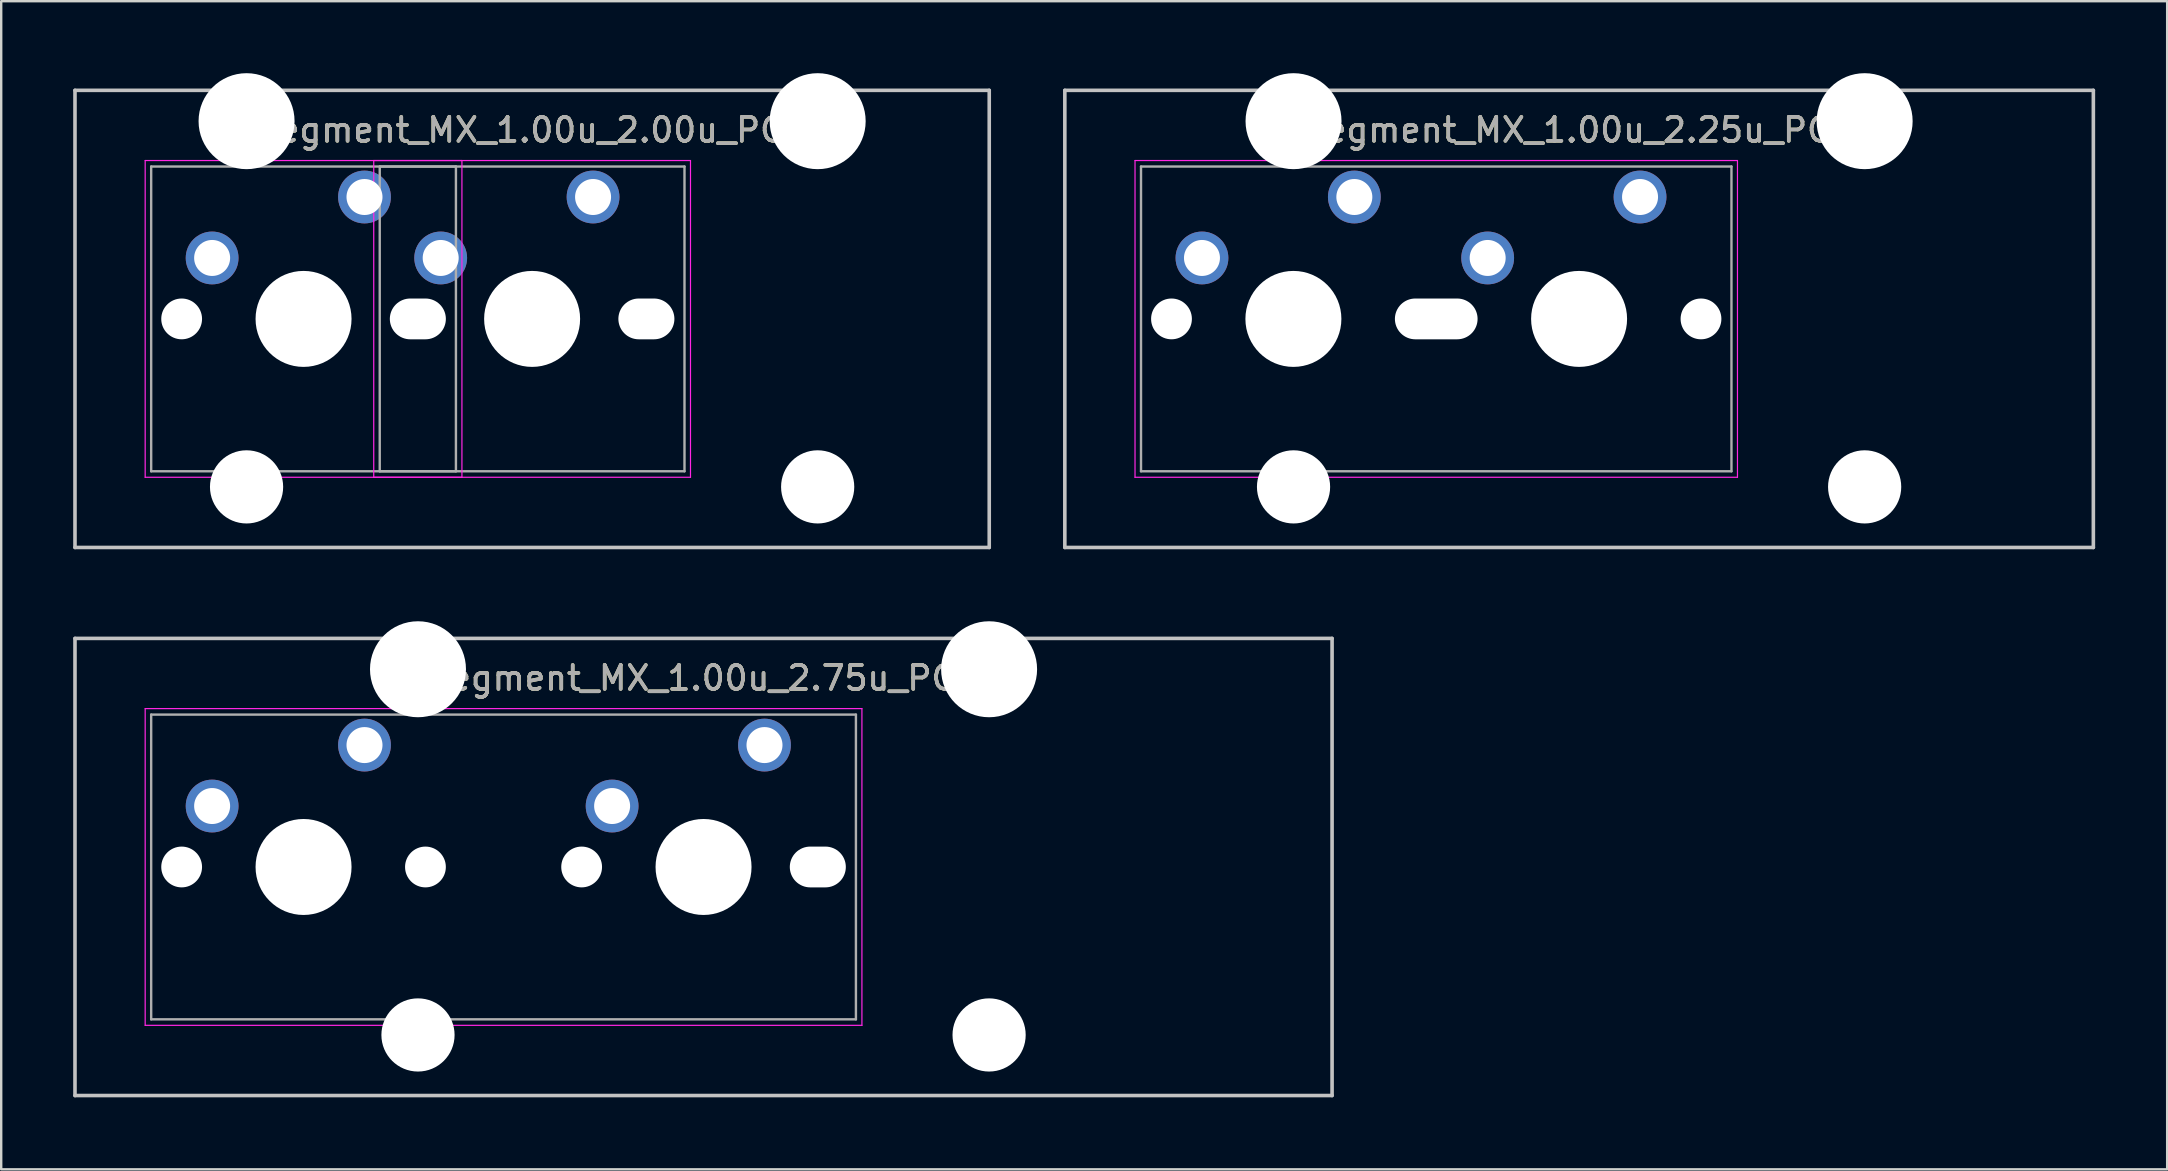
<source format=kicad_pcb>
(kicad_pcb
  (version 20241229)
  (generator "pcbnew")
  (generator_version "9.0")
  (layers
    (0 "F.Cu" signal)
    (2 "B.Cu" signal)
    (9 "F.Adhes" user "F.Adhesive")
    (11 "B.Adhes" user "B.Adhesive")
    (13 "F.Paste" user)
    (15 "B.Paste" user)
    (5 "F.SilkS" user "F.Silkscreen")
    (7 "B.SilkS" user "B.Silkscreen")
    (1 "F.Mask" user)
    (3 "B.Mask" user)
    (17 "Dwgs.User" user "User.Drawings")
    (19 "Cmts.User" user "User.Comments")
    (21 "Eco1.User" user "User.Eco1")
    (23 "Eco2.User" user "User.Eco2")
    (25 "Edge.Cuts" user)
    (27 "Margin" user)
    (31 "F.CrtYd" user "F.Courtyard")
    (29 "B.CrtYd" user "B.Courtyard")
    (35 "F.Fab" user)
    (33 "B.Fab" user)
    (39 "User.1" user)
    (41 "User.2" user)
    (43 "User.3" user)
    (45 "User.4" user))
  (footprint "Segment_MX_1.00u_2.00u_PCB"
    (layer "F.Cu")
    (at 9.6 10.24)
    (property "Reference" "Segment_MX_1.00u_2.00u_PCB" (at 9.525 -7.874 0) (layer "F.SilkS") (effects (font (size 1 1) (thickness 0.15))))
    (attr through_hole)
    (fp_line (start -9.525 -9.525) (end 28.575 -9.525) (stroke (width 0.15) (type solid)) (layer "Dwgs.User"))
    (fp_line (start -9.525 9.525) (end -9.525 -9.525) (stroke (width 0.15) (type solid)) (layer "Dwgs.User"))
    (fp_line (start 28.575 -9.525) (end 28.575 9.525) (stroke (width 0.15) (type solid)) (layer "Dwgs.User"))
    (fp_line (start 28.575 9.525) (end -9.525 9.525) (stroke (width 0.15) (type solid)) (layer "Dwgs.User"))
    (fp_line (start -6.6 -6.6) (end 6.6 -6.6) (stroke (width 0.05) (type solid)) (layer "F.CrtYd"))
    (fp_line (start -6.6 6.6) (end -6.6 -6.6) (stroke (width 0.05) (type solid)) (layer "F.CrtYd"))
    (fp_line (start 2.925 -6.6) (end 16.125 -6.6) (stroke (width 0.05) (type solid)) (layer "F.CrtYd"))
    (fp_line (start 2.925 6.6) (end 2.925 -6.6) (stroke (width 0.05) (type solid)) (layer "F.CrtYd"))
    (fp_line (start 6.6 -6.6) (end 6.6 6.6) (stroke (width 0.05) (type solid)) (layer "F.CrtYd"))
    (fp_line (start 6.6 6.6) (end -6.6 6.6) (stroke (width 0.05) (type solid)) (layer "F.CrtYd"))
    (fp_line (start 16.125 -6.6) (end 16.125 6.6) (stroke (width 0.05) (type solid)) (layer "F.CrtYd"))
    (fp_line (start 16.125 6.6) (end 2.925 6.6) (stroke (width 0.05) (type solid)) (layer "F.CrtYd"))
    (fp_line (start -6.35 -6.35) (end 6.35 -6.35) (stroke (width 0.1) (type solid)) (layer "F.Fab"))
    (fp_line (start -6.35 6.35) (end -6.35 -6.35) (stroke (width 0.1) (type solid)) (layer "F.Fab"))
    (fp_line (start 3.175 -6.35) (end 15.875 -6.35) (stroke (width 0.1) (type solid)) (layer "F.Fab"))
    (fp_line (start 3.175 6.35) (end 3.175 -6.35) (stroke (width 0.1) (type solid)) (layer "F.Fab"))
    (fp_line (start 6.35 -6.35) (end 6.35 6.35) (stroke (width 0.1) (type solid)) (layer "F.Fab"))
    (fp_line (start 6.35 6.35) (end -6.35 6.35) (stroke (width 0.1) (type solid)) (layer "F.Fab"))
    (fp_line (start 15.875 -6.35) (end 15.875 6.35) (stroke (width 0.1) (type solid)) (layer "F.Fab"))
    (fp_line (start 15.875 6.35) (end 3.175 6.35) (stroke (width 0.1) (type solid)) (layer "F.Fab"))
    (fp_text user "${REFERENCE}" (at 9.525 -7.874 0) (layer "F.Fab") (effects (font (size 1 1) (thickness 0.15))))
    (pad "" np_thru_hole circle (at -5.08 0) (size 1.7 1.7) (drill 1.7) (layers "*.Cu" "*.Mask"))
    (pad "" np_thru_hole circle (at -2.375 -8.24 180) (size 4 4) (drill 4) (layers "*.Cu" "*.Mask"))
    (pad "" np_thru_hole circle (at -2.375 7 180) (size 3.05 3.05) (drill 3.05) (layers "*.Cu" "*.Mask"))
    (pad "" np_thru_hole circle (at 0 0) (size 4 4) (drill 4) (layers "*.Cu" "*.Mask"))
    (pad "" np_thru_hole oval (at 4.763 0) (size 2.335 1.7) (drill oval 2.335 1.7) (layers "*.Cu" "*.Mask"))
    (pad "" np_thru_hole circle (at 9.525 0) (size 4 4) (drill 4) (layers "*.Cu" "*.Mask"))
    (pad "" np_thru_hole oval (at 14.287 0) (size 2.335 1.7) (drill oval 2.335 1.7) (layers "*.Cu" "*.Mask"))
    (pad "" np_thru_hole circle (at 21.425 -8.24 180) (size 4 4) (drill 4) (layers "*.Cu" "*.Mask"))
    (pad "" np_thru_hole circle (at 21.425 7 180) (size 3.05 3.05) (drill 3.05) (layers "*.Cu" "*.Mask"))
    (pad "1" thru_hole circle (at 2.54 -5.08) (size 2.2 2.2) (drill 1.5) (layers "*.Cu" "*.Mask"))
    (pad "1" thru_hole circle (at 12.065 -5.08) (size 2.2 2.2) (drill 1.5) (layers "*.Cu" "*.Mask"))
    (pad "2" thru_hole circle (at -3.81 -2.54) (size 2.2 2.2) (drill 1.5) (layers "*.Cu" "*.Mask"))
    (pad "2" thru_hole circle (at 5.715 -2.54) (size 2.2 2.2) (drill 1.5) (layers "*.Cu" "*.Mask")))
  (footprint "Segment_MX_1.00u_2.25u_PCB"
    (layer "F.Cu")
    (at 50.85 10.24)
    (property "Reference" "Segment_MX_1.00u_2.25u_PCB" (at 11.906 -7.874 0) (layer "F.SilkS") (effects (font (size 1 1) (thickness 0.15))))
    (attr through_hole)
    (fp_line (start -9.525 -9.525) (end 33.337 -9.525) (stroke (width 0.15) (type solid)) (layer "Dwgs.User"))
    (fp_line (start -9.525 9.525) (end -9.525 -9.525) (stroke (width 0.15) (type solid)) (layer "Dwgs.User"))
    (fp_line (start 33.337 -9.525) (end 33.337 9.525) (stroke (width 0.15) (type solid)) (layer "Dwgs.User"))
    (fp_line (start 33.337 9.525) (end -9.525 9.525) (stroke (width 0.15) (type solid)) (layer "Dwgs.User"))
    (fp_line (start -6.6 -6.6) (end 18.506 -6.6) (stroke (width 0.05) (type solid)) (layer "F.CrtYd"))
    (fp_line (start -6.6 6.6) (end -6.6 -6.6) (stroke (width 0.05) (type solid)) (layer "F.CrtYd"))
    (fp_line (start -6.6 6.6) (end 18.506 6.6) (stroke (width 0.05) (type solid)) (layer "F.CrtYd"))
    (fp_line (start 18.506 -6.6) (end 18.506 6.6) (stroke (width 0.05) (type solid)) (layer "F.CrtYd"))
    (fp_line (start -6.35 -6.35) (end 18.256 -6.35) (stroke (width 0.1) (type solid)) (layer "F.Fab"))
    (fp_line (start -6.35 6.35) (end -6.35 -6.35) (stroke (width 0.1) (type solid)) (layer "F.Fab"))
    (fp_line (start 18.256 -6.35) (end 18.256 6.35) (stroke (width 0.1) (type solid)) (layer "F.Fab"))
    (fp_line (start 18.256 6.35) (end -6.35 6.35) (stroke (width 0.1) (type solid)) (layer "F.Fab"))
    (fp_text user "${REFERENCE}" (at 11.906 -7.874 0) (layer "F.Fab") (effects (font (size 1 1) (thickness 0.15))))
    (pad "" np_thru_hole circle (at -5.08 0) (size 1.7 1.7) (drill 1.7) (layers "*.Cu" "*.Mask"))
    (pad "" np_thru_hole circle (at 0 0) (size 4 4) (drill 4) (layers "*.Cu" "*.Mask"))
    (pad "" np_thru_hole circle (at 0.006 -8.24 180) (size 4 4) (drill 4) (layers "*.Cu" "*.Mask"))
    (pad "" np_thru_hole circle (at 0.006 7 180) (size 3.05 3.05) (drill 3.05) (layers "*.Cu" "*.Mask"))
    (pad "" np_thru_hole oval (at 5.953 0) (size 3.446 1.7) (drill oval 3.446 1.7) (layers "*.Cu" "*.Mask"))
    (pad "" np_thru_hole circle (at 11.906 0) (size 4 4) (drill 4) (layers "*.Cu" "*.Mask"))
    (pad "" np_thru_hole circle (at 16.986 0) (size 1.7 1.7) (drill 1.7) (layers "*.Cu" "*.Mask"))
    (pad "" np_thru_hole circle (at 23.806 -8.24 180) (size 4 4) (drill 4) (layers "*.Cu" "*.Mask"))
    (pad "" np_thru_hole circle (at 23.806 7 180) (size 3.05 3.05) (drill 3.05) (layers "*.Cu" "*.Mask"))
    (pad "1" thru_hole circle (at 2.54 -5.08) (size 2.2 2.2) (drill 1.5) (layers "*.Cu" "*.Mask"))
    (pad "1" thru_hole circle (at 14.446 -5.08) (size 2.2 2.2) (drill 1.5) (layers "*.Cu" "*.Mask"))
    (pad "2" thru_hole circle (at -3.81 -2.54) (size 2.2 2.2) (drill 1.5) (layers "*.Cu" "*.Mask"))
    (pad "2" thru_hole circle (at 8.096 -2.54) (size 2.2 2.2) (drill 1.5) (layers "*.Cu" "*.Mask")))
  (footprint "Segment_MX_1.00u_2.75u_PCB"
    (layer "F.Cu")
    (at 9.6 33.08)
    (property "Reference" "Segment_MX_1.00u_2.75u_PCB" (at 16.669 -7.874 0) (layer "F.SilkS") (effects (font (size 1 1) (thickness 0.15))))
    (attr through_hole)
    (fp_line (start -9.525 -9.525) (end 42.862 -9.525) (stroke (width 0.15) (type solid)) (layer "Dwgs.User"))
    (fp_line (start -9.525 9.525) (end -9.525 -9.525) (stroke (width 0.15) (type solid)) (layer "Dwgs.User"))
    (fp_line (start 42.862 -9.525) (end 42.862 9.525) (stroke (width 0.15) (type solid)) (layer "Dwgs.User"))
    (fp_line (start 42.862 9.525) (end -9.525 9.525) (stroke (width 0.15) (type solid)) (layer "Dwgs.User"))
    (fp_line (start -6.6 -6.6) (end 23.269 -6.6) (stroke (width 0.05) (type solid)) (layer "F.CrtYd"))
    (fp_line (start -6.6 6.6) (end -6.6 -6.6) (stroke (width 0.05) (type solid)) (layer "F.CrtYd"))
    (fp_line (start 23.269 -6.6) (end 23.269 6.6) (stroke (width 0.05) (type solid)) (layer "F.CrtYd"))
    (fp_line (start 23.269 6.6) (end -6.6 6.6) (stroke (width 0.05) (type solid)) (layer "F.CrtYd"))
    (fp_line (start -6.35 -6.35) (end 23.019 -6.35) (stroke (width 0.1) (type solid)) (layer "F.Fab"))
    (fp_line (start -6.35 6.35) (end -6.35 -6.35) (stroke (width 0.1) (type solid)) (layer "F.Fab"))
    (fp_line (start 23.019 -6.35) (end 23.019 6.35) (stroke (width 0.1) (type solid)) (layer "F.Fab"))
    (fp_line (start 23.019 6.35) (end -6.35 6.35) (stroke (width 0.1) (type solid)) (layer "F.Fab"))
    (fp_text user "${REFERENCE}" (at 16.669 -7.874 0) (layer "F.Fab") (effects (font (size 1 1) (thickness 0.15))))
    (pad "" np_thru_hole circle (at -5.08 0) (size 1.7 1.7) (drill 1.7) (layers "*.Cu" "*.Mask"))
    (pad "" np_thru_hole circle (at 0 0) (size 4 4) (drill 4) (layers "*.Cu" "*.Mask"))
    (pad "" np_thru_hole circle (at 4.769 -8.24 180) (size 4 4) (drill 4) (layers "*.Cu" "*.Mask"))
    (pad "" np_thru_hole circle (at 4.769 7 180) (size 3.05 3.05) (drill 3.05) (layers "*.Cu" "*.Mask"))
    (pad "" np_thru_hole circle (at 5.08 0) (size 1.7 1.7) (drill 1.7) (layers "*.Cu" "*.Mask"))
    (pad "" np_thru_hole circle (at 11.589 0) (size 1.7 1.7) (drill 1.7) (layers "*.Cu" "*.Mask"))
    (pad "" np_thru_hole circle (at 16.669 0) (size 4 4) (drill 4) (layers "*.Cu" "*.Mask"))
    (pad "" np_thru_hole oval (at 21.431 0) (size 2.335 1.7) (drill oval 2.335 1.7) (layers "*.Cu" "*.Mask"))
    (pad "" np_thru_hole circle (at 28.569 -8.24 180) (size 4 4) (drill 4) (layers "*.Cu" "*.Mask"))
    (pad "" np_thru_hole circle (at 28.569 7 180) (size 3.05 3.05) (drill 3.05) (layers "*.Cu" "*.Mask"))
    (pad "1" thru_hole circle (at 2.54 -5.08) (size 2.2 2.2) (drill 1.5) (layers "*.Cu" "*.Mask"))
    (pad "1" thru_hole circle (at 19.209 -5.08) (size 2.2 2.2) (drill 1.5) (layers "*.Cu" "*.Mask"))
    (pad "2" thru_hole circle (at -3.81 -2.54) (size 2.2 2.2) (drill 1.5) (layers "*.Cu" "*.Mask"))
    (pad "2" thru_hole circle (at 12.859 -2.54) (size 2.2 2.2) (drill 1.5) (layers "*.Cu" "*.Mask")))
  (gr_rect
    (start -3 -3)
    (end 87.263 45.68)
    (stroke (width 0.1) (type default))
    (fill no)
    (layer "Edge.Cuts")))
</source>
